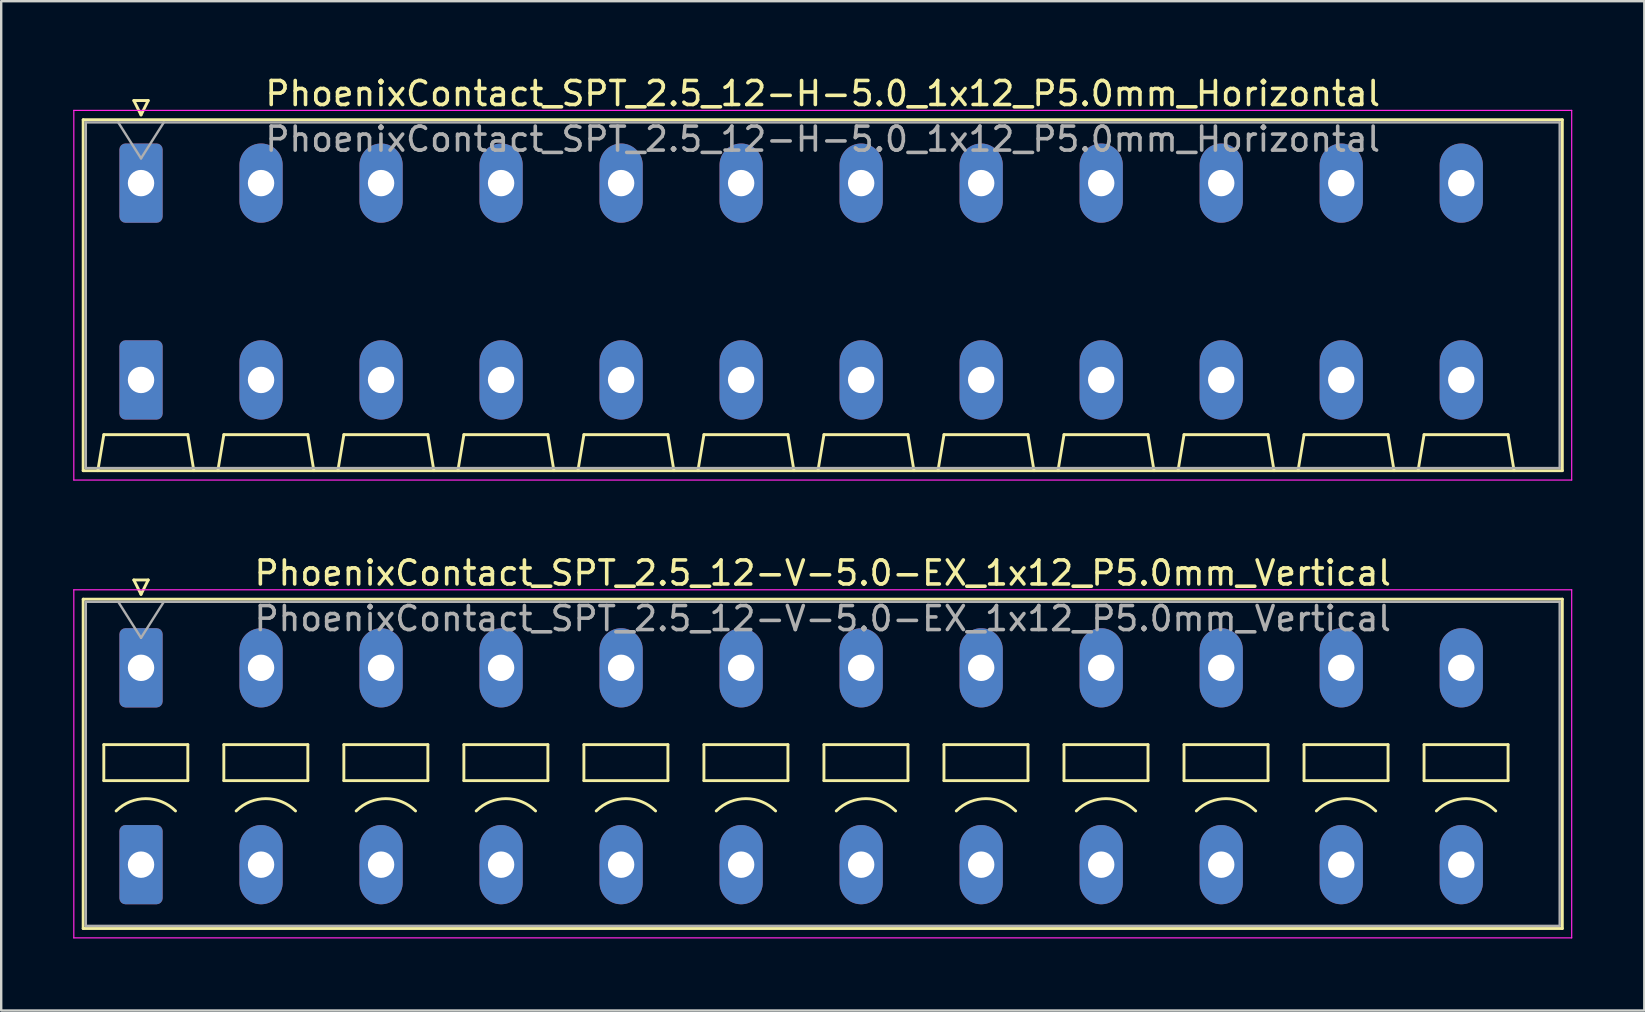
<source format=kicad_pcb>
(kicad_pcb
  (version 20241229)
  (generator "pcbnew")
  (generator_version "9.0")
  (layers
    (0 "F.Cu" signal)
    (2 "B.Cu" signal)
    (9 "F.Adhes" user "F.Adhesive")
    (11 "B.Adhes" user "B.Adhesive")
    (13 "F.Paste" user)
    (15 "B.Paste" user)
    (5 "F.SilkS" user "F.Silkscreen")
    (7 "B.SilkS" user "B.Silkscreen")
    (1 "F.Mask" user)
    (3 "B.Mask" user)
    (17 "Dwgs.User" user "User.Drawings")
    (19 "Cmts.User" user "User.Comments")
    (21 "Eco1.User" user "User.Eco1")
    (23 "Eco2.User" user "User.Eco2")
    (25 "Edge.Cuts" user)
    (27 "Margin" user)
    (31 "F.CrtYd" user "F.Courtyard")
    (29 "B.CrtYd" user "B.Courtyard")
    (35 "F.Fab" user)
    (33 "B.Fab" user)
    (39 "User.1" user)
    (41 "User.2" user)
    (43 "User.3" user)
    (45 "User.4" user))
  (footprint "PhoenixContact_SPT_2.5_12-V-5.0-EX_1x12_P5.0mm_Vertical"
    (layer "F.Cu")
    (at 2.825 24.771)
    (property "Reference" "PhoenixContact_SPT_2.5_12-V-5.0-EX_1x12_P5.0mm_Vertical" (at 28.4 -3.95 0) (layer "F.SilkS") (effects (font (size 1 1) (thickness 0.15))))
    (attr through_hole)
    (fp_line (start -2.41 -2.86) (end 59.21 -2.86) (stroke (width 0.12) (type solid)) (layer "F.SilkS"))
    (fp_line (start -2.41 10.86) (end -2.41 -2.86) (stroke (width 0.12) (type solid)) (layer "F.SilkS"))
    (fp_line (start -1.55 3.2) (end -1.55 4.7) (stroke (width 0.12) (type solid)) (layer "F.SilkS"))
    (fp_line (start -1.55 4.7) (end 1.95 4.7) (stroke (width 0.12) (type solid)) (layer "F.SilkS"))
    (fp_line (start -0.3 -3.66) (end 0 -3.06) (stroke (width 0.12) (type solid)) (layer "F.SilkS"))
    (fp_line (start -0.3 -3.66) (end 0.3 -3.66) (stroke (width 0.12) (type solid)) (layer "F.SilkS"))
    (fp_line (start 0.3 -3.66) (end 0 -3.06) (stroke (width 0.12) (type solid)) (layer "F.SilkS"))
    (fp_line (start 1.95 3.2) (end -1.55 3.2) (stroke (width 0.12) (type solid)) (layer "F.SilkS"))
    (fp_line (start 1.95 4.7) (end 1.95 3.2) (stroke (width 0.12) (type solid)) (layer "F.SilkS"))
    (fp_line (start 3.45 3.2) (end 3.45 4.7) (stroke (width 0.12) (type solid)) (layer "F.SilkS"))
    (fp_line (start 3.45 4.7) (end 6.95 4.7) (stroke (width 0.12) (type solid)) (layer "F.SilkS"))
    (fp_line (start 6.95 3.2) (end 3.45 3.2) (stroke (width 0.12) (type solid)) (layer "F.SilkS"))
    (fp_line (start 6.95 4.7) (end 6.95 3.2) (stroke (width 0.12) (type solid)) (layer "F.SilkS"))
    (fp_line (start 8.45 3.2) (end 8.45 4.7) (stroke (width 0.12) (type solid)) (layer "F.SilkS"))
    (fp_line (start 8.45 4.7) (end 11.95 4.7) (stroke (width 0.12) (type solid)) (layer "F.SilkS"))
    (fp_line (start 11.95 3.2) (end 8.45 3.2) (stroke (width 0.12) (type solid)) (layer "F.SilkS"))
    (fp_line (start 11.95 4.7) (end 11.95 3.2) (stroke (width 0.12) (type solid)) (layer "F.SilkS"))
    (fp_line (start 13.45 3.2) (end 13.45 4.7) (stroke (width 0.12) (type solid)) (layer "F.SilkS"))
    (fp_line (start 13.45 4.7) (end 16.95 4.7) (stroke (width 0.12) (type solid)) (layer "F.SilkS"))
    (fp_line (start 16.95 3.2) (end 13.45 3.2) (stroke (width 0.12) (type solid)) (layer "F.SilkS"))
    (fp_line (start 16.95 4.7) (end 16.95 3.2) (stroke (width 0.12) (type solid)) (layer "F.SilkS"))
    (fp_line (start 18.45 3.2) (end 18.45 4.7) (stroke (width 0.12) (type solid)) (layer "F.SilkS"))
    (fp_line (start 18.45 4.7) (end 21.95 4.7) (stroke (width 0.12) (type solid)) (layer "F.SilkS"))
    (fp_line (start 21.95 3.2) (end 18.45 3.2) (stroke (width 0.12) (type solid)) (layer "F.SilkS"))
    (fp_line (start 21.95 4.7) (end 21.95 3.2) (stroke (width 0.12) (type solid)) (layer "F.SilkS"))
    (fp_line (start 23.45 3.2) (end 23.45 4.7) (stroke (width 0.12) (type solid)) (layer "F.SilkS"))
    (fp_line (start 23.45 4.7) (end 26.95 4.7) (stroke (width 0.12) (type solid)) (layer "F.SilkS"))
    (fp_line (start 26.95 3.2) (end 23.45 3.2) (stroke (width 0.12) (type solid)) (layer "F.SilkS"))
    (fp_line (start 26.95 4.7) (end 26.95 3.2) (stroke (width 0.12) (type solid)) (layer "F.SilkS"))
    (fp_line (start 28.45 3.2) (end 28.45 4.7) (stroke (width 0.12) (type solid)) (layer "F.SilkS"))
    (fp_line (start 28.45 4.7) (end 31.95 4.7) (stroke (width 0.12) (type solid)) (layer "F.SilkS"))
    (fp_line (start 31.95 3.2) (end 28.45 3.2) (stroke (width 0.12) (type solid)) (layer "F.SilkS"))
    (fp_line (start 31.95 4.7) (end 31.95 3.2) (stroke (width 0.12) (type solid)) (layer "F.SilkS"))
    (fp_line (start 33.45 3.2) (end 33.45 4.7) (stroke (width 0.12) (type solid)) (layer "F.SilkS"))
    (fp_line (start 33.45 4.7) (end 36.95 4.7) (stroke (width 0.12) (type solid)) (layer "F.SilkS"))
    (fp_line (start 36.95 3.2) (end 33.45 3.2) (stroke (width 0.12) (type solid)) (layer "F.SilkS"))
    (fp_line (start 36.95 4.7) (end 36.95 3.2) (stroke (width 0.12) (type solid)) (layer "F.SilkS"))
    (fp_line (start 38.45 3.2) (end 38.45 4.7) (stroke (width 0.12) (type solid)) (layer "F.SilkS"))
    (fp_line (start 38.45 4.7) (end 41.95 4.7) (stroke (width 0.12) (type solid)) (layer "F.SilkS"))
    (fp_line (start 41.95 3.2) (end 38.45 3.2) (stroke (width 0.12) (type solid)) (layer "F.SilkS"))
    (fp_line (start 41.95 4.7) (end 41.95 3.2) (stroke (width 0.12) (type solid)) (layer "F.SilkS"))
    (fp_line (start 43.45 3.2) (end 43.45 4.7) (stroke (width 0.12) (type solid)) (layer "F.SilkS"))
    (fp_line (start 43.45 4.7) (end 46.95 4.7) (stroke (width 0.12) (type solid)) (layer "F.SilkS"))
    (fp_line (start 46.95 3.2) (end 43.45 3.2) (stroke (width 0.12) (type solid)) (layer "F.SilkS"))
    (fp_line (start 46.95 4.7) (end 46.95 3.2) (stroke (width 0.12) (type solid)) (layer "F.SilkS"))
    (fp_line (start 48.45 3.2) (end 48.45 4.7) (stroke (width 0.12) (type solid)) (layer "F.SilkS"))
    (fp_line (start 48.45 4.7) (end 51.95 4.7) (stroke (width 0.12) (type solid)) (layer "F.SilkS"))
    (fp_line (start 51.95 3.2) (end 48.45 3.2) (stroke (width 0.12) (type solid)) (layer "F.SilkS"))
    (fp_line (start 51.95 4.7) (end 51.95 3.2) (stroke (width 0.12) (type solid)) (layer "F.SilkS"))
    (fp_line (start 53.45 3.2) (end 53.45 4.7) (stroke (width 0.12) (type solid)) (layer "F.SilkS"))
    (fp_line (start 53.45 4.7) (end 56.95 4.7) (stroke (width 0.12) (type solid)) (layer "F.SilkS"))
    (fp_line (start 56.95 3.2) (end 53.45 3.2) (stroke (width 0.12) (type solid)) (layer "F.SilkS"))
    (fp_line (start 56.95 4.7) (end 56.95 3.2) (stroke (width 0.12) (type solid)) (layer "F.SilkS"))
    (fp_line (start 59.21 -2.86) (end 59.21 10.86) (stroke (width 0.12) (type solid)) (layer "F.SilkS"))
    (fp_line (start 59.21 10.86) (end -2.41 10.86) (stroke (width 0.12) (type solid)) (layer "F.SilkS"))
    (fp_arc (start -1.037437 5.962563) (mid 0.2 5.45) (end 1.437437 5.962563) (stroke (width 0.12) (type solid)) (layer "F.SilkS"))
    (fp_arc (start 3.962563 5.962563) (mid 5.2 5.45) (end 6.437437 5.962563) (stroke (width 0.12) (type solid)) (layer "F.SilkS"))
    (fp_arc (start 8.962563 5.962563) (mid 10.2 5.45) (end 11.437437 5.962563) (stroke (width 0.12) (type solid)) (layer "F.SilkS"))
    (fp_arc (start 13.962563 5.962563) (mid 15.2 5.45) (end 16.437437 5.962563) (stroke (width 0.12) (type solid)) (layer "F.SilkS"))
    (fp_arc (start 18.962563 5.962563) (mid 20.2 5.45) (end 21.437437 5.962563) (stroke (width 0.12) (type solid)) (layer "F.SilkS"))
    (fp_arc (start 23.962563 5.962563) (mid 25.2 5.45) (end 26.437437 5.962563) (stroke (width 0.12) (type solid)) (layer "F.SilkS"))
    (fp_arc (start 28.962563 5.962563) (mid 30.2 5.45) (end 31.437437 5.962563) (stroke (width 0.12) (type solid)) (layer "F.SilkS"))
    (fp_arc (start 33.962563 5.962563) (mid 35.2 5.45) (end 36.437437 5.962563) (stroke (width 0.12) (type solid)) (layer "F.SilkS"))
    (fp_arc (start 38.962563 5.962563) (mid 40.2 5.45) (end 41.437437 5.962563) (stroke (width 0.12) (type solid)) (layer "F.SilkS"))
    (fp_arc (start 43.962563 5.962563) (mid 45.2 5.45) (end 46.437437 5.962563) (stroke (width 0.12) (type solid)) (layer "F.SilkS"))
    (fp_arc (start 48.962563 5.962563) (mid 50.2 5.45) (end 51.437437 5.962563) (stroke (width 0.12) (type solid)) (layer "F.SilkS"))
    (fp_arc (start 53.962563 5.962563) (mid 55.2 5.45) (end 56.437437 5.962563) (stroke (width 0.12) (type solid)) (layer "F.SilkS"))
    (fp_line (start -2.8 -3.25) (end -2.8 11.25) (stroke (width 0.05) (type solid)) (layer "F.CrtYd"))
    (fp_line (start -2.8 11.25) (end 59.6 11.25) (stroke (width 0.05) (type solid)) (layer "F.CrtYd"))
    (fp_line (start 59.6 -3.25) (end -2.8 -3.25) (stroke (width 0.05) (type solid)) (layer "F.CrtYd"))
    (fp_line (start 59.6 11.25) (end 59.6 -3.25) (stroke (width 0.05) (type solid)) (layer "F.CrtYd"))
    (fp_line (start -2.3 -2.75) (end -2.3 10.75) (stroke (width 0.1) (type solid)) (layer "F.Fab"))
    (fp_line (start -2.3 10.75) (end 59.1 10.75) (stroke (width 0.1) (type solid)) (layer "F.Fab"))
    (fp_line (start -0.95 -2.75) (end 0 -1.25) (stroke (width 0.1) (type solid)) (layer "F.Fab"))
    (fp_line (start 0.95 -2.75) (end 0 -1.25) (stroke (width 0.1) (type solid)) (layer "F.Fab"))
    (fp_line (start 59.1 -2.75) (end -2.3 -2.75) (stroke (width 0.1) (type solid)) (layer "F.Fab"))
    (fp_line (start 59.1 10.75) (end 59.1 -2.75) (stroke (width 0.1) (type solid)) (layer "F.Fab"))
    (fp_text user "${REFERENCE}" (at 28.4 -2.05 0) (layer "F.Fab") (effects (font (size 1 1) (thickness 0.15))))
    (pad "1" thru_hole roundrect (at 0 0) (size 1.8 3.3) (drill 1.1) (layers "*.Cu" "*.Mask") (roundrect_rratio 0.139))
    (pad "1" thru_hole roundrect (at 0 8.2) (size 1.8 3.3) (drill 1.1) (layers "*.Cu" "*.Mask") (roundrect_rratio 0.139))
    (pad "2" thru_hole oval (at 5 0) (size 1.8 3.3) (drill 1.1) (layers "*.Cu" "*.Mask"))
    (pad "2" thru_hole oval (at 5 8.2) (size 1.8 3.3) (drill 1.1) (layers "*.Cu" "*.Mask"))
    (pad "3" thru_hole oval (at 10 0) (size 1.8 3.3) (drill 1.1) (layers "*.Cu" "*.Mask"))
    (pad "3" thru_hole oval (at 10 8.2) (size 1.8 3.3) (drill 1.1) (layers "*.Cu" "*.Mask"))
    (pad "4" thru_hole oval (at 15 0) (size 1.8 3.3) (drill 1.1) (layers "*.Cu" "*.Mask"))
    (pad "4" thru_hole oval (at 15 8.2) (size 1.8 3.3) (drill 1.1) (layers "*.Cu" "*.Mask"))
    (pad "5" thru_hole oval (at 20 0) (size 1.8 3.3) (drill 1.1) (layers "*.Cu" "*.Mask"))
    (pad "5" thru_hole oval (at 20 8.2) (size 1.8 3.3) (drill 1.1) (layers "*.Cu" "*.Mask"))
    (pad "6" thru_hole oval (at 25 0) (size 1.8 3.3) (drill 1.1) (layers "*.Cu" "*.Mask"))
    (pad "6" thru_hole oval (at 25 8.2) (size 1.8 3.3) (drill 1.1) (layers "*.Cu" "*.Mask"))
    (pad "7" thru_hole oval (at 30 0) (size 1.8 3.3) (drill 1.1) (layers "*.Cu" "*.Mask"))
    (pad "7" thru_hole oval (at 30 8.2) (size 1.8 3.3) (drill 1.1) (layers "*.Cu" "*.Mask"))
    (pad "8" thru_hole oval (at 35 0) (size 1.8 3.3) (drill 1.1) (layers "*.Cu" "*.Mask"))
    (pad "8" thru_hole oval (at 35 8.2) (size 1.8 3.3) (drill 1.1) (layers "*.Cu" "*.Mask"))
    (pad "9" thru_hole oval (at 40 0) (size 1.8 3.3) (drill 1.1) (layers "*.Cu" "*.Mask"))
    (pad "9" thru_hole oval (at 40 8.2) (size 1.8 3.3) (drill 1.1) (layers "*.Cu" "*.Mask"))
    (pad "10" thru_hole oval (at 45 0) (size 1.8 3.3) (drill 1.1) (layers "*.Cu" "*.Mask"))
    (pad "10" thru_hole oval (at 45 8.2) (size 1.8 3.3) (drill 1.1) (layers "*.Cu" "*.Mask"))
    (pad "11" thru_hole oval (at 50 0) (size 1.8 3.3) (drill 1.1) (layers "*.Cu" "*.Mask"))
    (pad "11" thru_hole oval (at 50 8.2) (size 1.8 3.3) (drill 1.1) (layers "*.Cu" "*.Mask"))
    (pad "12" thru_hole oval (at 55 0) (size 1.8 3.3) (drill 1.1) (layers "*.Cu" "*.Mask"))
    (pad "12" thru_hole oval (at 55 8.2) (size 1.8 3.3) (drill 1.1) (layers "*.Cu" "*.Mask")))
  (footprint "PhoenixContact_SPT_2.5_12-H-5.0_1x12_P5.0mm_Horizontal"
    (layer "F.Cu")
    (at 2.825 4.578)
    (property "Reference" "PhoenixContact_SPT_2.5_12-H-5.0_1x12_P5.0mm_Horizontal" (at 28.4 -3.73 0) (layer "F.SilkS") (effects (font (size 1 1) (thickness 0.15))))
    (attr through_hole)
    (fp_line (start -2.41 -2.64) (end 59.21 -2.64) (stroke (width 0.12) (type solid)) (layer "F.SilkS"))
    (fp_line (start -2.41 11.98) (end -2.41 -2.64) (stroke (width 0.12) (type solid)) (layer "F.SilkS"))
    (fp_line (start -1.8 11.98) (end -1.55 10.48) (stroke (width 0.12) (type solid)) (layer "F.SilkS"))
    (fp_line (start -1.55 10.48) (end 1.95 10.48) (stroke (width 0.12) (type solid)) (layer "F.SilkS"))
    (fp_line (start -0.3 -3.44) (end 0 -2.84) (stroke (width 0.12) (type solid)) (layer "F.SilkS"))
    (fp_line (start -0.3 -3.44) (end 0.3 -3.44) (stroke (width 0.12) (type solid)) (layer "F.SilkS"))
    (fp_line (start 0.3 -3.44) (end 0 -2.84) (stroke (width 0.12) (type solid)) (layer "F.SilkS"))
    (fp_line (start 2.2 11.98) (end 1.95 10.48) (stroke (width 0.12) (type solid)) (layer "F.SilkS"))
    (fp_line (start 3.2 11.98) (end 3.45 10.48) (stroke (width 0.12) (type solid)) (layer "F.SilkS"))
    (fp_line (start 3.45 10.48) (end 6.95 10.48) (stroke (width 0.12) (type solid)) (layer "F.SilkS"))
    (fp_line (start 7.2 11.98) (end 6.95 10.48) (stroke (width 0.12) (type solid)) (layer "F.SilkS"))
    (fp_line (start 8.2 11.98) (end 8.45 10.48) (stroke (width 0.12) (type solid)) (layer "F.SilkS"))
    (fp_line (start 8.45 10.48) (end 11.95 10.48) (stroke (width 0.12) (type solid)) (layer "F.SilkS"))
    (fp_line (start 12.2 11.98) (end 11.95 10.48) (stroke (width 0.12) (type solid)) (layer "F.SilkS"))
    (fp_line (start 13.2 11.98) (end 13.45 10.48) (stroke (width 0.12) (type solid)) (layer "F.SilkS"))
    (fp_line (start 13.45 10.48) (end 16.95 10.48) (stroke (width 0.12) (type solid)) (layer "F.SilkS"))
    (fp_line (start 17.2 11.98) (end 16.95 10.48) (stroke (width 0.12) (type solid)) (layer "F.SilkS"))
    (fp_line (start 18.2 11.98) (end 18.45 10.48) (stroke (width 0.12) (type solid)) (layer "F.SilkS"))
    (fp_line (start 18.45 10.48) (end 21.95 10.48) (stroke (width 0.12) (type solid)) (layer "F.SilkS"))
    (fp_line (start 22.2 11.98) (end 21.95 10.48) (stroke (width 0.12) (type solid)) (layer "F.SilkS"))
    (fp_line (start 23.2 11.98) (end 23.45 10.48) (stroke (width 0.12) (type solid)) (layer "F.SilkS"))
    (fp_line (start 23.45 10.48) (end 26.95 10.48) (stroke (width 0.12) (type solid)) (layer "F.SilkS"))
    (fp_line (start 27.2 11.98) (end 26.95 10.48) (stroke (width 0.12) (type solid)) (layer "F.SilkS"))
    (fp_line (start 28.2 11.98) (end 28.45 10.48) (stroke (width 0.12) (type solid)) (layer "F.SilkS"))
    (fp_line (start 28.45 10.48) (end 31.95 10.48) (stroke (width 0.12) (type solid)) (layer "F.SilkS"))
    (fp_line (start 32.2 11.98) (end 31.95 10.48) (stroke (width 0.12) (type solid)) (layer "F.SilkS"))
    (fp_line (start 33.2 11.98) (end 33.45 10.48) (stroke (width 0.12) (type solid)) (layer "F.SilkS"))
    (fp_line (start 33.45 10.48) (end 36.95 10.48) (stroke (width 0.12) (type solid)) (layer "F.SilkS"))
    (fp_line (start 37.2 11.98) (end 36.95 10.48) (stroke (width 0.12) (type solid)) (layer "F.SilkS"))
    (fp_line (start 38.2 11.98) (end 38.45 10.48) (stroke (width 0.12) (type solid)) (layer "F.SilkS"))
    (fp_line (start 38.45 10.48) (end 41.95 10.48) (stroke (width 0.12) (type solid)) (layer "F.SilkS"))
    (fp_line (start 42.2 11.98) (end 41.95 10.48) (stroke (width 0.12) (type solid)) (layer "F.SilkS"))
    (fp_line (start 43.2 11.98) (end 43.45 10.48) (stroke (width 0.12) (type solid)) (layer "F.SilkS"))
    (fp_line (start 43.45 10.48) (end 46.95 10.48) (stroke (width 0.12) (type solid)) (layer "F.SilkS"))
    (fp_line (start 47.2 11.98) (end 46.95 10.48) (stroke (width 0.12) (type solid)) (layer "F.SilkS"))
    (fp_line (start 48.2 11.98) (end 48.45 10.48) (stroke (width 0.12) (type solid)) (layer "F.SilkS"))
    (fp_line (start 48.45 10.48) (end 51.95 10.48) (stroke (width 0.12) (type solid)) (layer "F.SilkS"))
    (fp_line (start 52.2 11.98) (end 51.95 10.48) (stroke (width 0.12) (type solid)) (layer "F.SilkS"))
    (fp_line (start 53.2 11.98) (end 53.45 10.48) (stroke (width 0.12) (type solid)) (layer "F.SilkS"))
    (fp_line (start 53.45 10.48) (end 56.95 10.48) (stroke (width 0.12) (type solid)) (layer "F.SilkS"))
    (fp_line (start 57.2 11.98) (end 56.95 10.48) (stroke (width 0.12) (type solid)) (layer "F.SilkS"))
    (fp_line (start 59.21 -2.64) (end 59.21 11.98) (stroke (width 0.12) (type solid)) (layer "F.SilkS"))
    (fp_line (start 59.21 11.98) (end -2.41 11.98) (stroke (width 0.12) (type solid)) (layer "F.SilkS"))
    (fp_line (start -2.8 -3.03) (end -2.8 12.37) (stroke (width 0.05) (type solid)) (layer "F.CrtYd"))
    (fp_line (start -2.8 12.37) (end 59.6 12.37) (stroke (width 0.05) (type solid)) (layer "F.CrtYd"))
    (fp_line (start 59.6 -3.03) (end -2.8 -3.03) (stroke (width 0.05) (type solid)) (layer "F.CrtYd"))
    (fp_line (start 59.6 12.37) (end 59.6 -3.03) (stroke (width 0.05) (type solid)) (layer "F.CrtYd"))
    (fp_line (start -2.3 -2.53) (end -2.3 11.87) (stroke (width 0.1) (type solid)) (layer "F.Fab"))
    (fp_line (start -2.3 11.87) (end 59.1 11.87) (stroke (width 0.1) (type solid)) (layer "F.Fab"))
    (fp_line (start -0.95 -2.53) (end 0 -1.03) (stroke (width 0.1) (type solid)) (layer "F.Fab"))
    (fp_line (start 0.95 -2.53) (end 0 -1.03) (stroke (width 0.1) (type solid)) (layer "F.Fab"))
    (fp_line (start 59.1 -2.53) (end -2.3 -2.53) (stroke (width 0.1) (type solid)) (layer "F.Fab"))
    (fp_line (start 59.1 11.87) (end 59.1 -2.53) (stroke (width 0.1) (type solid)) (layer "F.Fab"))
    (fp_text user "${REFERENCE}" (at 28.4 -1.83 0) (layer "F.Fab") (effects (font (size 1 1) (thickness 0.15))))
    (pad "1" thru_hole roundrect (at 0 0) (size 1.8 3.3) (drill 1.1) (layers "*.Cu" "*.Mask") (roundrect_rratio 0.139))
    (pad "1" thru_hole roundrect (at 0 8.2) (size 1.8 3.3) (drill 1.1) (layers "*.Cu" "*.Mask") (roundrect_rratio 0.139))
    (pad "2" thru_hole oval (at 5 0) (size 1.8 3.3) (drill 1.1) (layers "*.Cu" "*.Mask"))
    (pad "2" thru_hole oval (at 5 8.2) (size 1.8 3.3) (drill 1.1) (layers "*.Cu" "*.Mask"))
    (pad "3" thru_hole oval (at 10 0) (size 1.8 3.3) (drill 1.1) (layers "*.Cu" "*.Mask"))
    (pad "3" thru_hole oval (at 10 8.2) (size 1.8 3.3) (drill 1.1) (layers "*.Cu" "*.Mask"))
    (pad "4" thru_hole oval (at 15 0) (size 1.8 3.3) (drill 1.1) (layers "*.Cu" "*.Mask"))
    (pad "4" thru_hole oval (at 15 8.2) (size 1.8 3.3) (drill 1.1) (layers "*.Cu" "*.Mask"))
    (pad "5" thru_hole oval (at 20 0) (size 1.8 3.3) (drill 1.1) (layers "*.Cu" "*.Mask"))
    (pad "5" thru_hole oval (at 20 8.2) (size 1.8 3.3) (drill 1.1) (layers "*.Cu" "*.Mask"))
    (pad "6" thru_hole oval (at 25 0) (size 1.8 3.3) (drill 1.1) (layers "*.Cu" "*.Mask"))
    (pad "6" thru_hole oval (at 25 8.2) (size 1.8 3.3) (drill 1.1) (layers "*.Cu" "*.Mask"))
    (pad "7" thru_hole oval (at 30 0) (size 1.8 3.3) (drill 1.1) (layers "*.Cu" "*.Mask"))
    (pad "7" thru_hole oval (at 30 8.2) (size 1.8 3.3) (drill 1.1) (layers "*.Cu" "*.Mask"))
    (pad "8" thru_hole oval (at 35 0) (size 1.8 3.3) (drill 1.1) (layers "*.Cu" "*.Mask"))
    (pad "8" thru_hole oval (at 35 8.2) (size 1.8 3.3) (drill 1.1) (layers "*.Cu" "*.Mask"))
    (pad "9" thru_hole oval (at 40 0) (size 1.8 3.3) (drill 1.1) (layers "*.Cu" "*.Mask"))
    (pad "9" thru_hole oval (at 40 8.2) (size 1.8 3.3) (drill 1.1) (layers "*.Cu" "*.Mask"))
    (pad "10" thru_hole oval (at 45 0) (size 1.8 3.3) (drill 1.1) (layers "*.Cu" "*.Mask"))
    (pad "10" thru_hole oval (at 45 8.2) (size 1.8 3.3) (drill 1.1) (layers "*.Cu" "*.Mask"))
    (pad "11" thru_hole oval (at 50 0) (size 1.8 3.3) (drill 1.1) (layers "*.Cu" "*.Mask"))
    (pad "11" thru_hole oval (at 50 8.2) (size 1.8 3.3) (drill 1.1) (layers "*.Cu" "*.Mask"))
    (pad "12" thru_hole oval (at 55 0) (size 1.8 3.3) (drill 1.1) (layers "*.Cu" "*.Mask"))
    (pad "12" thru_hole oval (at 55 8.2) (size 1.8 3.3) (drill 1.1) (layers "*.Cu" "*.Mask")))
  (gr_rect
    (start -3 -3)
    (end 65.45 39.047)
    (stroke (width 0.1) (type default))
    (fill no)
    (layer "Edge.Cuts")))
</source>
